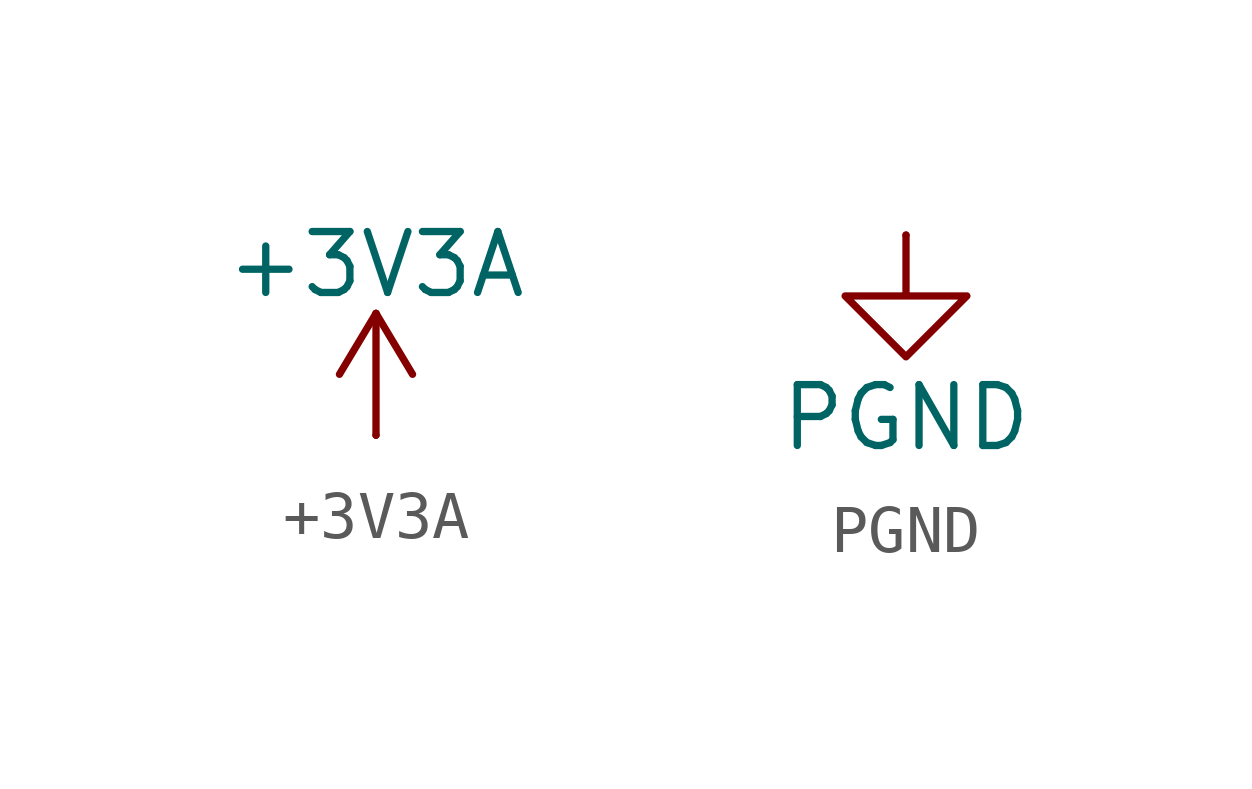
<source format=kicad_sym>
(kicad_symbol_lib
  (version 20231120)
  (generator "kicad_symbol_editor")
  (generator_version "8.0")
  (symbol "+3V3A"
    (power)
    (pin_numbers hide)
    (pin_names
      (offset 0) hide)
    (property "Reference" "#PWR"
      (at 0 -3.81 0)
      (effects (font (size 1.27 1.27)) (hide yes)))
    (property "Value" "+3V3A"
      (at 0 3.556 0)
      (effects (font (size 1.27 1.27))))
    (symbol "+3V3A_0_1"
      (polyline (pts (xy -0.762 1.27) (xy 0 2.54)) (stroke (width 0) (type default)) (fill (type none)))
      (polyline (pts (xy 0 0) (xy 0 2.54)) (stroke (width 0) (type default)) (fill (type none)))
      (polyline (pts (xy 0 2.54) (xy 0.762 1.27)) (stroke (width 0) (type default)) (fill (type none))))
    (symbol "+3V3A_1_1"
      (pin power_in line (at 0 0 90) (length 0) (name "~" (effects (font (size 1.27 1.27)))) (number "1" (effects (font (size 1.27 1.27)))))))
  (symbol "PGND"
    (power)
    (pin_numbers hide)
    (pin_names
      (offset 0) hide)
    (property "Reference" "#PWR"
      (at 0 -6.35 0)
      (effects (font (size 1.27 1.27)) (hide yes)))
    (property "Value" "PGND"
      (at 0 -3.81 0)
      (effects (font (size 1.27 1.27))))
    (symbol "PGND_0_1"
      (polyline (pts (xy 0 0) (xy 0 -1.27) (xy 1.27 -1.27) (xy 0 -2.54) (xy -1.27 -1.27) (xy 0 -1.27)) (stroke (width 0) (type default)) (fill (type none))))
    (symbol "PGND_1_1"
      (pin power_in line (at 0 0 270) (length 0) (name "~" (effects (font (size 1.27 1.27)))) (number "1" (effects (font (size 1.27 1.27))))))))
</source>
